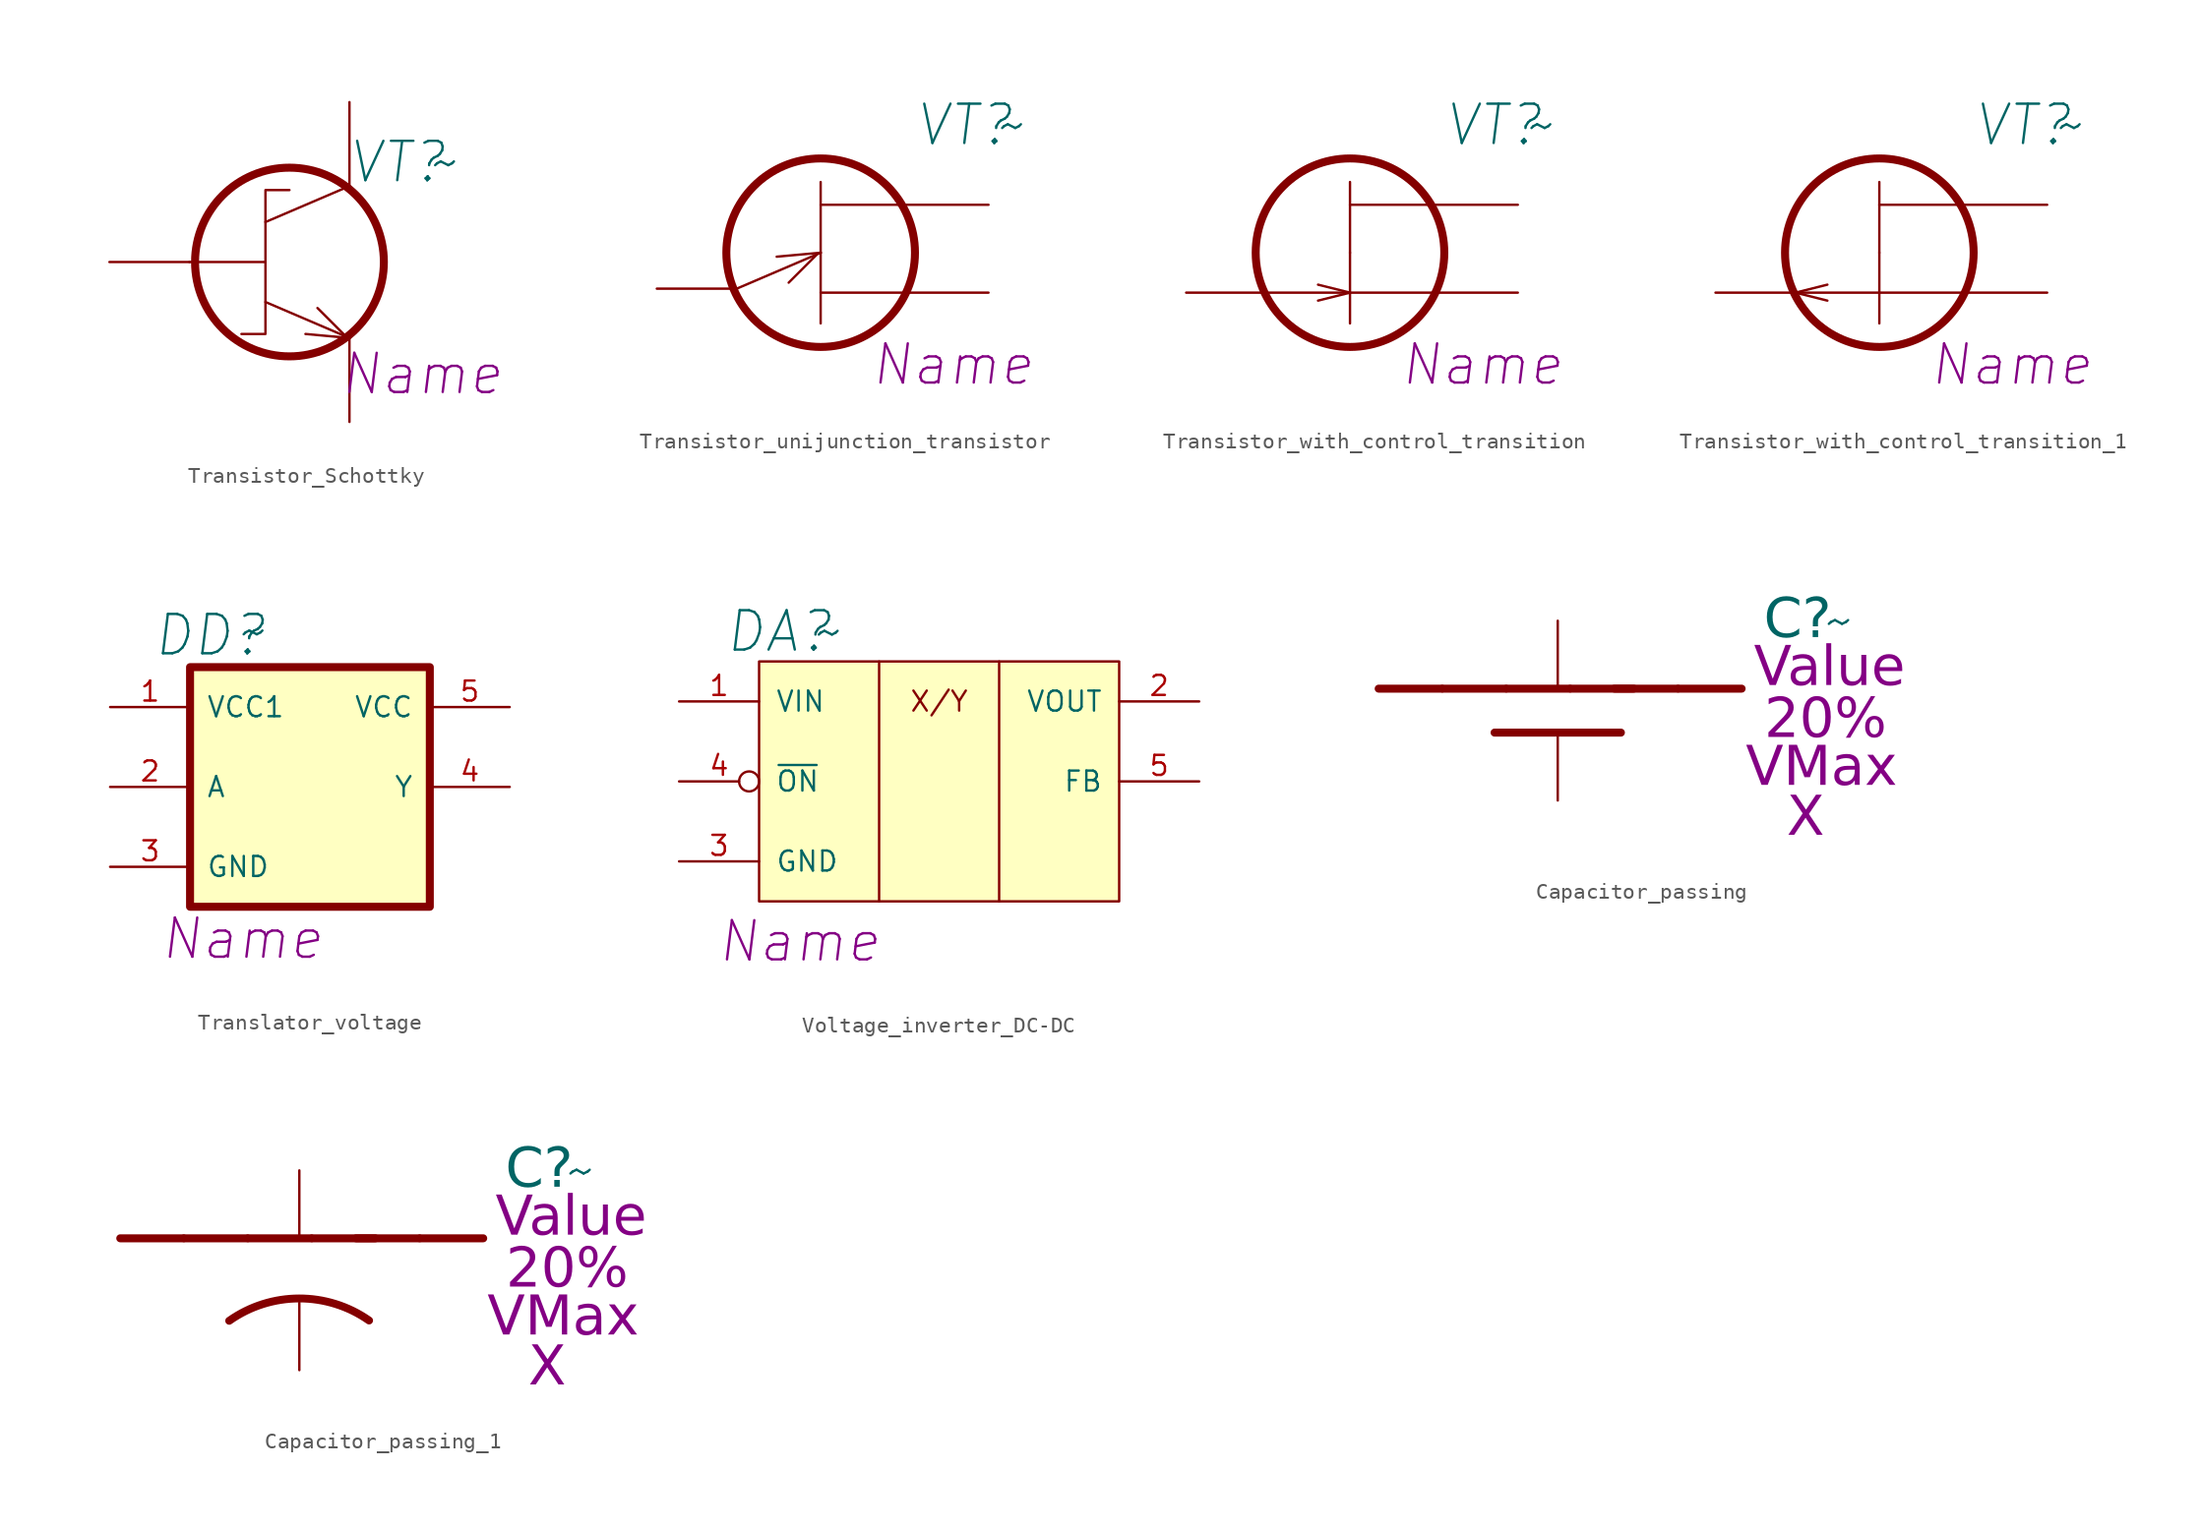
<source format=kicad_sym>
(kicad_symbol_lib
  (version 20241209)
  (generator "kicad_symbol_editor")
  (generator_version "9.0")
  (symbol "Transistor_Schottky"
    (pin_numbers
      (hide yes))
    (pin_names
      (offset 1.016)
      (hide yes))
    (property "Reference" "VT"
      (at 3.048 6.35 0)
      (effects (font (size 2.5 2.5) (italic yes))))
    (property "Value" "~"
      (at 6.096 6.35 0)
      (effects (font (size 2.5 2.5))))
    (property "Name" "Name"
      (at 4.572 -7.112 0)
      (effects (font (size 2.489 2.489) (italic yes))))
    (symbol "Transistor_Schottky_0_1"
      (polyline (pts (xy -10.16 0) (xy -5.334 0)) (stroke (width 0) (type solid)) (fill (type none)))
      (polyline (pts (xy -6.858 -4.572) (xy -5.334 -4.572)) (stroke (width 0) (type default)) (fill (type none)))
      (polyline (pts (xy -5.334 4.572) (xy -3.81 4.572)) (stroke (width 0) (type default)) (fill (type none)))
      (polyline (pts (xy -5.334 2.54) (xy 0 4.826)) (stroke (width 0) (type solid)) (fill (type none)))
      (polyline (pts (xy -5.334 0) (xy -5.334 4.496)) (stroke (width 0) (type solid)) (fill (type none)))
      (polyline (pts (xy -5.334 0) (xy -5.334 -4.496)) (stroke (width 0) (type solid)) (fill (type none)))
      (polyline (pts (xy -5.334 -2.54) (xy 0 -4.826)) (stroke (width 0) (type solid)) (fill (type none)))
      (circle (center -3.81 0) (radius 5.994) (stroke (width 0.508) (type solid)) (fill (type none)))
      (polyline (pts (xy -2.794 -4.572) (xy 0 -4.826)) (stroke (width 0) (type solid)) (fill (type none)))
      (polyline (pts (xy -0.254 -4.699) (xy -2.032 -2.921)) (stroke (width 0) (type solid)) (fill (type none))))
    (symbol "Transistor_Schottky_1_1"
      (pin passive line (at -15.24 0 0) (length 5.08) (name "1" (effects (font (size 1.27 1.27)))) (number "1" (effects (font (size 1.27 1.27)))))
      (pin passive line (at 0 10.16 270) (length 5.334) (name "3" (effects (font (size 1.27 1.27)))) (number "3" (effects (font (size 1.27 1.27)))))
      (pin passive line (at 0 -10.16 90) (length 5.334) (name "2" (effects (font (size 1.27 1.27)))) (number "2" (effects (font (size 1.27 1.27)))))))
  (symbol "Transistor_unijunction_transistor"
    (pin_numbers
      (hide yes))
    (pin_names
      (offset 1.016)
      (hide yes))
    (property "Reference" "VT"
      (at 5.334 8.128 0)
      (effects (font (size 2.5 2.5) (italic yes))))
    (property "Value" "~"
      (at 8.382 8.128 0)
      (effects (font (size 2.5 2.5))))
    (property "Name" "Name"
      (at 4.572 -7.112 0)
      (effects (font (size 2.489 2.489) (italic yes))))
    (symbol "Transistor_unijunction_transistor_0_1"
      (polyline (pts (xy -9.144 -2.286) (xy -3.81 0)) (stroke (width 0) (type solid)) (fill (type none)))
      (polyline (pts (xy -6.604 -0.254) (xy -3.81 0)) (stroke (width 0) (type solid)) (fill (type none)))
      (polyline (pts (xy -4.064 -0.127) (xy -5.842 -1.905)) (stroke (width 0) (type solid)) (fill (type none)))
      (polyline (pts (xy -3.81 3.048) (xy 1.27 3.048)) (stroke (width 0) (type default)) (fill (type none)))
      (circle (center -3.81 0) (radius 5.994) (stroke (width 0.508) (type solid)) (fill (type none)))
      (polyline (pts (xy -3.81 0) (xy -3.81 4.496)) (stroke (width 0) (type solid)) (fill (type none)))
      (polyline (pts (xy -3.81 0) (xy -3.81 -4.496)) (stroke (width 0) (type solid)) (fill (type none)))
      (polyline (pts (xy -3.81 -2.54) (xy 1.524 -2.54)) (stroke (width 0) (type default)) (fill (type none))))
    (symbol "Transistor_unijunction_transistor_1_1"
      (pin passive line (at -14.224 -2.286 0) (length 5.08) (name "1" (effects (font (size 1.27 1.27)))) (number "1" (effects (font (size 1.27 1.27)))))
      (pin passive line (at 6.858 3.048 180) (length 5.334) (name "3" (effects (font (size 1.27 1.27)))) (number "3" (effects (font (size 1.27 1.27)))))
      (pin passive line (at 6.858 -2.54 180) (length 5.334) (name "2" (effects (font (size 1.27 1.27)))) (number "2" (effects (font (size 1.27 1.27)))))))
  (symbol "Transistor_with_control_transition"
    (pin_numbers
      (hide yes))
    (pin_names
      (offset 1.016)
      (hide yes))
    (property "Reference" "VT"
      (at 5.334 8.128 0)
      (effects (font (size 2.5 2.5) (italic yes))))
    (property "Value" "~"
      (at 8.382 8.128 0)
      (effects (font (size 2.5 2.5))))
    (property "Name" "Name"
      (at 4.572 -7.112 0)
      (effects (font (size 2.489 2.489) (italic yes))))
    (symbol "Transistor_with_control_transition_0_1"
      (polyline (pts (xy -9.144 -2.54) (xy -3.81 -2.54)) (stroke (width 0) (type solid)) (fill (type none)))
      (polyline (pts (xy -5.842 -2.032) (xy -3.81 -2.54)) (stroke (width 0) (type solid)) (fill (type none)))
      (polyline (pts (xy -3.81 3.048) (xy 1.27 3.048)) (stroke (width 0) (type default)) (fill (type none)))
      (circle (center -3.81 0) (radius 5.994) (stroke (width 0.508) (type solid)) (fill (type none)))
      (polyline (pts (xy -3.81 0) (xy -3.81 4.496)) (stroke (width 0) (type solid)) (fill (type none)))
      (polyline (pts (xy -3.81 0) (xy -3.81 -4.496)) (stroke (width 0) (type solid)) (fill (type none)))
      (polyline (pts (xy -3.81 -2.54) (xy -5.842 -3.048)) (stroke (width 0) (type solid)) (fill (type none)))
      (polyline (pts (xy -3.81 -2.54) (xy 1.524 -2.54)) (stroke (width 0) (type default)) (fill (type none))))
    (symbol "Transistor_with_control_transition_1_1"
      (pin passive line (at -14.224 -2.54 0) (length 5.08) (name "1" (effects (font (size 1.27 1.27)))) (number "1" (effects (font (size 1.27 1.27)))))
      (pin passive line (at 6.858 3.048 180) (length 5.334) (name "3" (effects (font (size 1.27 1.27)))) (number "3" (effects (font (size 1.27 1.27)))))
      (pin passive line (at 6.858 -2.54 180) (length 5.334) (name "2" (effects (font (size 1.27 1.27)))) (number "2" (effects (font (size 1.27 1.27)))))))
  (symbol "Transistor_with_control_transition_1"
    (pin_numbers
      (hide yes))
    (pin_names
      (offset 1.016)
      (hide yes))
    (property "Reference" "VT"
      (at 5.334 8.128 0)
      (effects (font (size 2.5 2.5) (italic yes))))
    (property "Value" "~"
      (at 8.382 8.128 0)
      (effects (font (size 2.5 2.5))))
    (property "Name" "Name"
      (at 4.572 -7.112 0)
      (effects (font (size 2.489 2.489) (italic yes))))
    (symbol "Transistor_with_control_transition_1_0_1"
      (polyline (pts (xy -9.144 -2.54) (xy -7.112 -2.032)) (stroke (width 0) (type solid)) (fill (type none)))
      (polyline (pts (xy -7.112 -3.048) (xy -9.144 -2.54)) (stroke (width 0) (type solid)) (fill (type none)))
      (polyline (pts (xy -3.81 3.048) (xy 1.27 3.048)) (stroke (width 0) (type default)) (fill (type none)))
      (circle (center -3.81 0) (radius 5.994) (stroke (width 0.508) (type solid)) (fill (type none)))
      (polyline (pts (xy -3.81 0) (xy -3.81 4.496)) (stroke (width 0) (type solid)) (fill (type none)))
      (polyline (pts (xy -3.81 0) (xy -3.81 -4.496)) (stroke (width 0) (type solid)) (fill (type none)))
      (polyline (pts (xy -3.81 -2.54) (xy -9.144 -2.54)) (stroke (width 0) (type solid)) (fill (type none)))
      (polyline (pts (xy -3.81 -2.54) (xy 1.524 -2.54)) (stroke (width 0) (type default)) (fill (type none))))
    (symbol "Transistor_with_control_transition_1_1_1"
      (pin passive line (at -14.224 -2.54 0) (length 5.08) (name "1" (effects (font (size 1.27 1.27)))) (number "1" (effects (font (size 1.27 1.27)))))
      (pin passive line (at 6.858 3.048 180) (length 5.334) (name "3" (effects (font (size 1.27 1.27)))) (number "3" (effects (font (size 1.27 1.27)))))
      (pin passive line (at 6.858 -2.54 180) (length 5.334) (name "2" (effects (font (size 1.27 1.27)))) (number "2" (effects (font (size 1.27 1.27)))))))
  (symbol "Translator_voltage"
    (pin_names
      (offset 1.016))
    (property "Reference" "DD"
      (at -6.35 7.112 0)
      (effects (font (size 2.5 2.5) (italic yes))))
    (property "Value" "~"
      (at -3.556 7.366 0)
      (effects (font (size 2.5 2.5))))
    (property "Name" "Name"
      (at -4.318 -12.192 0)
      (effects (font (size 2.489 2.489) (italic yes))))
    (symbol "Translator_voltage_1_1"
      (rectangle (start -7.62 5.08) (end 7.62 -10.16) (stroke (width 0.508) (type solid)) (fill (type background)))
      (pin power_in line (at -12.7 2.54 0) (length 5.08) (name "VCC1" (effects (font (size 1.27 1.27)))) (number "1" (effects (font (size 1.27 1.27)))))
      (pin input line (at -12.7 -2.54 0) (length 5.08) (name "A" (effects (font (size 1.27 1.27)))) (number "2" (effects (font (size 1.27 1.27)))))
      (pin power_in line (at -12.7 -7.62 0) (length 5.08) (name "GND" (effects (font (size 1.27 1.27)))) (number "3" (effects (font (size 1.27 1.27)))))
      (pin power_in line (at 12.7 2.54 180) (length 5.08) (name "VCC" (effects (font (size 1.27 1.27)))) (number "5" (effects (font (size 1.27 1.27)))))
      (pin output line (at 12.7 -2.54 180) (length 5.08) (name "Y" (effects (font (size 1.27 1.27)))) (number "4" (effects (font (size 1.27 1.27)))))))
  (symbol "Voltage_inverter_DC-DC"
    (pin_names
      (offset 1.016))
    (property "Reference" "DA"
      (at -24.13 6.985 0)
      (effects (font (size 2.5 2.5) (italic yes))))
    (property "Value" "~"
      (at -20.955 6.985 0)
      (effects (font (size 2.5 2.5))))
    (property "Name" "Name"
      (at -22.86 -12.7 0)
      (effects (font (size 2.489 2.489) (italic yes))))
    (symbol "Voltage_inverter_DC-DC_0_0"
      (text "X/Y" (at -13.97 2.54 0) (effects (font (size 1.27 1.27)))))
    (symbol "Voltage_inverter_DC-DC_0_1"
      (polyline (pts (xy -10.16 -10.16) (xy -10.16 5.08)) (stroke (width 0) (type solid)) (fill (type none))))
    (symbol "Voltage_inverter_DC-DC_1_1"
      (polyline (pts (xy -25.4 5.08) (xy -2.54 5.08) (xy -2.54 -10.16) (xy -25.4 -10.16) (xy -25.4 5.08)) (stroke (width 0) (type solid)) (fill (type background)))
      (polyline (pts (xy -17.78 -10.16) (xy -17.78 5.08)) (stroke (width 0) (type solid)) (fill (type background)))
      (pin power_in line (at -30.48 2.54 0) (length 5.08) (name "VIN" (effects (font (size 1.27 1.27)))) (number "1" (effects (font (size 1.27 1.27)))))
      (pin input inverted (at -30.48 -2.54 0) (length 5.08) (name "~{ON}" (effects (font (size 1.27 1.27)))) (number "4" (effects (font (size 1.27 1.27)))))
      (pin power_in line (at -30.48 -7.62 0) (length 5.08) (name "GND" (effects (font (size 1.27 1.27)))) (number "3" (effects (font (size 1.27 1.27)))))
      (pin power_out line (at 2.54 2.54 180) (length 5.08) (name "VOUT" (effects (font (size 1.27 1.27)))) (number "2" (effects (font (size 1.27 1.27)))))
      (pin input line (at 2.54 -2.54 180) (length 5.08) (name "FB" (effects (font (size 1.27 1.27)))) (number "5" (effects (font (size 1.27 1.27)))))))
  (symbol "Сapacitor_passing"
    (pin_numbers
      (hide yes))
    (pin_names
      (offset 1.016)
      (hide yes))
    (property "Reference" "C"
      (at 10.16 7.62 0)
      (effects (font (face "GOST type A") (size 2.5 2.5) (italic yes))))
    (property "Value" "~"
      (at 12.7 7.62 0)
      (effects (font (size 2.5 2.5) (italic yes))))
    (property "Capacitance" "Value"
      (at 12.192 4.572 0)
      (effects (font (face "GOST type A") (size 2.5 2.5) (italic yes))))
    (property "Tolerance" "20%"
      (at 11.938 1.27 0)
      (effects (font (face "GOST type A") (size 2.5 2.5) (italic yes))))
    (property "MaxVoltage" "VMax"
      (at 11.684 -1.778 0)
      (effects (font (face "GOST type A") (size 2.5 2.5) (italic yes))))
    (property "TempFactor" "X"
      (at 10.668 -4.953 0)
      (effects (font (face "GOST type A") (size 2.5 2.5) (italic yes))))
    (symbol "Сapacitor_passing_0_1"
      (polyline (pts (xy -5.08 0.508) (xy -9.093 0.508)) (stroke (width 0.508) (type solid)) (fill (type none))))
    (symbol "Сapacitor_passing_1_1"
      (polyline (pts (xy -12.446 3.302) (xy -16.459 3.302)) (stroke (width 0.508) (type solid)) (fill (type none)))
      (polyline (pts (xy -8.382 3.302) (xy -12.395 3.302)) (stroke (width 0.508) (type solid)) (fill (type none)))
      (polyline (pts (xy -4.318 3.302) (xy -8.331 3.302)) (stroke (width 0.508) (type solid)) (fill (type none)))
      (polyline (pts (xy -1.067 0.508) (xy -5.08 0.508)) (stroke (width 0.508) (type solid)) (fill (type none)))
      (polyline (pts (xy -0.254 3.302) (xy -4.267 3.302)) (stroke (width 0.508) (type solid)) (fill (type none)))
      (polyline (pts (xy 2.54 3.302) (xy -1.473 3.302)) (stroke (width 0.508) (type solid)) (fill (type none)))
      (polyline (pts (xy 6.604 3.302) (xy 2.591 3.302)) (stroke (width 0.508) (type solid)) (fill (type none)))
      (pin passive line (at -5.08 7.62 270) (length 4.267) (name "2" (effects (font (size 1.27 1.27)))) (number "2" (effects (font (size 1.27 1.27)))))
      (pin passive line (at -5.08 -3.81 90) (length 4.293) (name "1" (effects (font (size 1.27 1.27)))) (number "1" (effects (font (size 1.27 1.27)))))))
  (symbol "Сapacitor_passing_1"
    (pin_numbers
      (hide yes))
    (pin_names
      (offset 1.016)
      (hide yes))
    (property "Reference" "C"
      (at 10.16 7.62 0)
      (effects (font (face "GOST type A") (size 2.5 2.5) (italic yes))))
    (property "Value" "~"
      (at 12.7 7.62 0)
      (effects (font (size 2.5 2.5) (italic yes))))
    (property "Capacitance" "Value"
      (at 12.192 4.572 0)
      (effects (font (face "GOST type A") (size 2.5 2.5) (italic yes))))
    (property "Tolerance" "20%"
      (at 11.938 1.27 0)
      (effects (font (face "GOST type A") (size 2.5 2.5) (italic yes))))
    (property "MaxVoltage" "VMax"
      (at 11.684 -1.778 0)
      (effects (font (face "GOST type A") (size 2.5 2.5) (italic yes))))
    (property "TempFactor" "X"
      (at 10.668 -4.953 0)
      (effects (font (face "GOST type A") (size 2.5 2.5) (italic yes))))
    (symbol "Сapacitor_passing_1_1_1"
      (polyline (pts (xy -12.446 3.302) (xy -16.459 3.302)) (stroke (width 0.508) (type solid)) (fill (type none)))
      (polyline (pts (xy -8.382 3.302) (xy -12.395 3.302)) (stroke (width 0.508) (type solid)) (fill (type none)))
      (arc (start -9.5371 -1.9435) (mid -5.0951 -0.5234) (end -0.6471 -1.9246) (stroke (width 0.5) (type default)) (fill (type none)))
      (polyline (pts (xy -4.318 3.302) (xy -8.331 3.302)) (stroke (width 0.508) (type solid)) (fill (type none)))
      (polyline (pts (xy -0.254 3.302) (xy -4.267 3.302)) (stroke (width 0.508) (type solid)) (fill (type none)))
      (polyline (pts (xy 2.54 3.302) (xy -1.473 3.302)) (stroke (width 0.508) (type solid)) (fill (type none)))
      (polyline (pts (xy 6.604 3.302) (xy 2.591 3.302)) (stroke (width 0.508) (type solid)) (fill (type none)))
      (pin passive line (at -5.08 7.62 270) (length 4.267) (name "2" (effects (font (size 1.27 1.27)))) (number "2" (effects (font (size 1.27 1.27)))))
      (pin passive line (at -5.08 -5.08 90) (length 4.293) (name "1" (effects (font (size 1.27 1.27)))) (number "1" (effects (font (size 1.27 1.27))))))))
</source>
